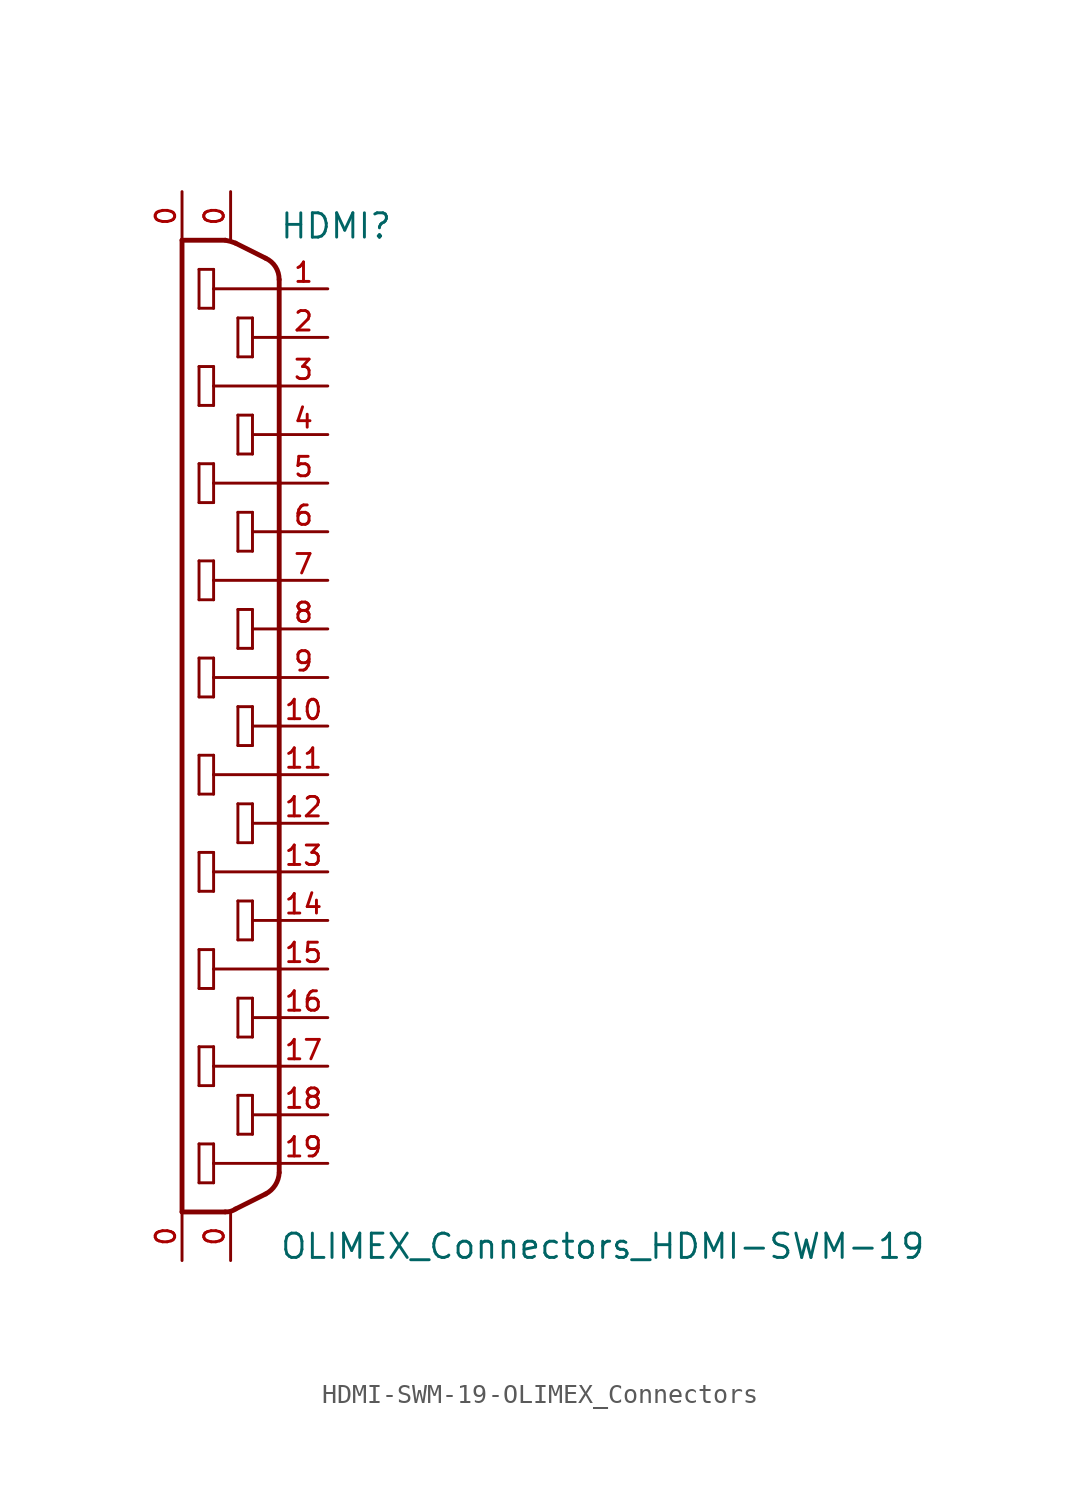
<source format=kicad_sym>
(kicad_symbol_lib
  (version 20220914)
  (generator kicad_symbol_editor)
  (symbol "HDMI-SWM-19-OLIMEX_Connectors"
    (pin_names
      (offset 1.016) hide)
    (property "Reference" "HDMI"
      (at 2.54 25.4 0)
      (effects (font (size 1.27 1.27)) (justify left bottom)))
    (property "Value" "OLIMEX_Connectors_HDMI-SWM-19"
      (at 2.54 -27.94 0)
      (effects (font (size 1.27 1.27)) (justify left bottom)))
    (property "Datasheet" ""
      (at 0 0 0)
      (effects (font (size 1.524 1.524))))
    (symbol "HDMI-SWM-19-OLIMEX_Connectors_1_0"
      (polyline (pts (xy -2.54 -25.4) (xy -0.279 -25.4)) (stroke (width 0.254) (type solid)) (fill (type none)))
      (polyline (pts (xy -2.54 25.4) (xy -2.54 -25.4)) (stroke (width 0.254) (type solid)) (fill (type none)))
      (polyline (pts (xy -1.651 -23.876) (xy -1.651 -21.844)) (stroke (width 0) (type solid)) (fill (type none)))
      (polyline (pts (xy -1.651 -21.844) (xy -0.889 -21.844)) (stroke (width 0) (type solid)) (fill (type none)))
      (polyline (pts (xy -1.651 -18.796) (xy -1.651 -16.764)) (stroke (width 0) (type solid)) (fill (type none)))
      (polyline (pts (xy -1.651 -16.764) (xy -0.889 -16.764)) (stroke (width 0) (type solid)) (fill (type none)))
      (polyline (pts (xy -1.651 -13.716) (xy -1.651 -11.684)) (stroke (width 0) (type solid)) (fill (type none)))
      (polyline (pts (xy -1.651 -11.684) (xy -0.889 -11.684)) (stroke (width 0) (type solid)) (fill (type none)))
      (polyline (pts (xy -1.651 -8.636) (xy -1.651 -6.604)) (stroke (width 0) (type solid)) (fill (type none)))
      (polyline (pts (xy -1.651 -6.604) (xy -0.889 -6.604)) (stroke (width 0) (type solid)) (fill (type none)))
      (polyline (pts (xy -1.651 -3.556) (xy -1.651 -1.524)) (stroke (width 0) (type solid)) (fill (type none)))
      (polyline (pts (xy -1.651 -1.524) (xy -0.889 -1.524)) (stroke (width 0) (type solid)) (fill (type none)))
      (polyline (pts (xy -1.651 1.524) (xy -1.651 3.556)) (stroke (width 0) (type solid)) (fill (type none)))
      (polyline (pts (xy -1.651 3.556) (xy -0.889 3.556)) (stroke (width 0) (type solid)) (fill (type none)))
      (polyline (pts (xy -1.651 6.604) (xy -1.651 8.636)) (stroke (width 0) (type solid)) (fill (type none)))
      (polyline (pts (xy -1.651 8.636) (xy -0.889 8.636)) (stroke (width 0) (type solid)) (fill (type none)))
      (polyline (pts (xy -1.651 11.684) (xy -1.651 13.716)) (stroke (width 0) (type solid)) (fill (type none)))
      (polyline (pts (xy -1.651 13.716) (xy -0.889 13.716)) (stroke (width 0) (type solid)) (fill (type none)))
      (polyline (pts (xy -1.651 16.764) (xy -1.651 18.796)) (stroke (width 0) (type solid)) (fill (type none)))
      (polyline (pts (xy -1.651 18.796) (xy -0.889 18.796)) (stroke (width 0) (type solid)) (fill (type none)))
      (polyline (pts (xy -1.651 21.844) (xy -1.651 23.876)) (stroke (width 0) (type solid)) (fill (type none)))
      (polyline (pts (xy -1.651 23.876) (xy -0.889 23.876)) (stroke (width 0) (type solid)) (fill (type none)))
      (polyline (pts (xy -0.889 -23.876) (xy -1.651 -23.876)) (stroke (width 0) (type solid)) (fill (type none)))
      (polyline (pts (xy -0.889 -22.86) (xy -0.889 -23.876)) (stroke (width 0) (type solid)) (fill (type none)))
      (polyline (pts (xy -0.889 -21.844) (xy -0.889 -22.86)) (stroke (width 0) (type solid)) (fill (type none)))
      (polyline (pts (xy -0.889 -18.796) (xy -1.651 -18.796)) (stroke (width 0) (type solid)) (fill (type none)))
      (polyline (pts (xy -0.889 -17.78) (xy -0.889 -18.796)) (stroke (width 0) (type solid)) (fill (type none)))
      (polyline (pts (xy -0.889 -16.764) (xy -0.889 -17.78)) (stroke (width 0) (type solid)) (fill (type none)))
      (polyline (pts (xy -0.889 -13.716) (xy -1.651 -13.716)) (stroke (width 0) (type solid)) (fill (type none)))
      (polyline (pts (xy -0.889 -12.7) (xy -0.889 -13.716)) (stroke (width 0) (type solid)) (fill (type none)))
      (polyline (pts (xy -0.889 -11.684) (xy -0.889 -12.7)) (stroke (width 0) (type solid)) (fill (type none)))
      (polyline (pts (xy -0.889 -8.636) (xy -1.651 -8.636)) (stroke (width 0) (type solid)) (fill (type none)))
      (polyline (pts (xy -0.889 -7.62) (xy -0.889 -8.636)) (stroke (width 0) (type solid)) (fill (type none)))
      (polyline (pts (xy -0.889 -6.604) (xy -0.889 -7.62)) (stroke (width 0) (type solid)) (fill (type none)))
      (polyline (pts (xy -0.889 -3.556) (xy -1.651 -3.556)) (stroke (width 0) (type solid)) (fill (type none)))
      (polyline (pts (xy -0.889 -2.54) (xy -0.889 -3.556)) (stroke (width 0) (type solid)) (fill (type none)))
      (polyline (pts (xy -0.889 -1.524) (xy -0.889 -2.54)) (stroke (width 0) (type solid)) (fill (type none)))
      (polyline (pts (xy -0.889 1.524) (xy -1.651 1.524)) (stroke (width 0) (type solid)) (fill (type none)))
      (polyline (pts (xy -0.889 2.54) (xy -0.889 1.524)) (stroke (width 0) (type solid)) (fill (type none)))
      (polyline (pts (xy -0.889 3.556) (xy -0.889 2.54)) (stroke (width 0) (type solid)) (fill (type none)))
      (polyline (pts (xy -0.889 6.604) (xy -1.651 6.604)) (stroke (width 0) (type solid)) (fill (type none)))
      (polyline (pts (xy -0.889 7.62) (xy -0.889 6.604)) (stroke (width 0) (type solid)) (fill (type none)))
      (polyline (pts (xy -0.889 8.636) (xy -0.889 7.62)) (stroke (width 0) (type solid)) (fill (type none)))
      (polyline (pts (xy -0.889 11.684) (xy -1.651 11.684)) (stroke (width 0) (type solid)) (fill (type none)))
      (polyline (pts (xy -0.889 12.7) (xy -0.889 11.684)) (stroke (width 0) (type solid)) (fill (type none)))
      (polyline (pts (xy -0.889 13.716) (xy -0.889 12.7)) (stroke (width 0) (type solid)) (fill (type none)))
      (polyline (pts (xy -0.889 16.764) (xy -1.651 16.764)) (stroke (width 0) (type solid)) (fill (type none)))
      (polyline (pts (xy -0.889 17.78) (xy -0.889 16.764)) (stroke (width 0) (type solid)) (fill (type none)))
      (polyline (pts (xy -0.889 18.796) (xy -0.889 17.78)) (stroke (width 0) (type solid)) (fill (type none)))
      (polyline (pts (xy -0.889 21.844) (xy -1.651 21.844)) (stroke (width 0) (type solid)) (fill (type none)))
      (polyline (pts (xy -0.889 22.86) (xy -0.889 21.844)) (stroke (width 0) (type solid)) (fill (type none)))
      (polyline (pts (xy -0.889 23.876) (xy -0.889 22.86)) (stroke (width 0) (type solid)) (fill (type none)))
      (polyline (pts (xy -0.279 25.4) (xy -2.54 25.4)) (stroke (width 0.254) (type solid)) (fill (type none)))
      (polyline (pts (xy 0.254 -25.248) (xy 1.829 -24.46)) (stroke (width 0.254) (type solid)) (fill (type none)))
      (polyline (pts (xy 0.381 -21.336) (xy 0.381 -19.304)) (stroke (width 0) (type solid)) (fill (type none)))
      (polyline (pts (xy 0.381 -19.304) (xy 1.143 -19.304)) (stroke (width 0) (type solid)) (fill (type none)))
      (polyline (pts (xy 0.381 -16.256) (xy 0.381 -14.224)) (stroke (width 0) (type solid)) (fill (type none)))
      (polyline (pts (xy 0.381 -14.224) (xy 1.143 -14.224)) (stroke (width 0) (type solid)) (fill (type none)))
      (polyline (pts (xy 0.381 -11.176) (xy 0.381 -9.144)) (stroke (width 0) (type solid)) (fill (type none)))
      (polyline (pts (xy 0.381 -9.144) (xy 1.143 -9.144)) (stroke (width 0) (type solid)) (fill (type none)))
      (polyline (pts (xy 0.381 -6.096) (xy 0.381 -4.064)) (stroke (width 0) (type solid)) (fill (type none)))
      (polyline (pts (xy 0.381 -4.064) (xy 1.143 -4.064)) (stroke (width 0) (type solid)) (fill (type none)))
      (polyline (pts (xy 0.381 -1.016) (xy 0.381 1.016)) (stroke (width 0) (type solid)) (fill (type none)))
      (polyline (pts (xy 0.381 1.016) (xy 1.143 1.016)) (stroke (width 0) (type solid)) (fill (type none)))
      (polyline (pts (xy 0.381 4.064) (xy 0.381 6.096)) (stroke (width 0) (type solid)) (fill (type none)))
      (polyline (pts (xy 0.381 6.096) (xy 1.143 6.096)) (stroke (width 0) (type solid)) (fill (type none)))
      (polyline (pts (xy 0.381 9.144) (xy 0.381 11.176)) (stroke (width 0) (type solid)) (fill (type none)))
      (polyline (pts (xy 0.381 11.176) (xy 1.143 11.176)) (stroke (width 0) (type solid)) (fill (type none)))
      (polyline (pts (xy 0.381 14.224) (xy 0.381 16.256)) (stroke (width 0) (type solid)) (fill (type none)))
      (polyline (pts (xy 0.381 16.256) (xy 1.143 16.256)) (stroke (width 0) (type solid)) (fill (type none)))
      (polyline (pts (xy 0.381 19.304) (xy 0.381 21.336)) (stroke (width 0) (type solid)) (fill (type none)))
      (polyline (pts (xy 0.381 21.336) (xy 1.143 21.336)) (stroke (width 0) (type solid)) (fill (type none)))
      (polyline (pts (xy 1.143 -21.336) (xy 0.381 -21.336)) (stroke (width 0) (type solid)) (fill (type none)))
      (polyline (pts (xy 1.143 -20.32) (xy 1.143 -21.336)) (stroke (width 0) (type solid)) (fill (type none)))
      (polyline (pts (xy 1.143 -19.304) (xy 1.143 -20.32)) (stroke (width 0) (type solid)) (fill (type none)))
      (polyline (pts (xy 1.143 -16.256) (xy 0.381 -16.256)) (stroke (width 0) (type solid)) (fill (type none)))
      (polyline (pts (xy 1.143 -15.24) (xy 1.143 -16.256)) (stroke (width 0) (type solid)) (fill (type none)))
      (polyline (pts (xy 1.143 -14.224) (xy 1.143 -15.24)) (stroke (width 0) (type solid)) (fill (type none)))
      (polyline (pts (xy 1.143 -11.176) (xy 0.381 -11.176)) (stroke (width 0) (type solid)) (fill (type none)))
      (polyline (pts (xy 1.143 -10.16) (xy 1.143 -11.176)) (stroke (width 0) (type solid)) (fill (type none)))
      (polyline (pts (xy 1.143 -9.144) (xy 1.143 -10.16)) (stroke (width 0) (type solid)) (fill (type none)))
      (polyline (pts (xy 1.143 -6.096) (xy 0.381 -6.096)) (stroke (width 0) (type solid)) (fill (type none)))
      (polyline (pts (xy 1.143 -5.08) (xy 1.143 -6.096)) (stroke (width 0) (type solid)) (fill (type none)))
      (polyline (pts (xy 1.143 -4.064) (xy 1.143 -5.08)) (stroke (width 0) (type solid)) (fill (type none)))
      (polyline (pts (xy 1.143 -1.016) (xy 0.381 -1.016)) (stroke (width 0) (type solid)) (fill (type none)))
      (polyline (pts (xy 1.143 0) (xy 1.143 -1.016)) (stroke (width 0) (type solid)) (fill (type none)))
      (polyline (pts (xy 1.143 1.016) (xy 1.143 0)) (stroke (width 0) (type solid)) (fill (type none)))
      (polyline (pts (xy 1.143 4.064) (xy 0.381 4.064)) (stroke (width 0) (type solid)) (fill (type none)))
      (polyline (pts (xy 1.143 5.08) (xy 1.143 4.064)) (stroke (width 0) (type solid)) (fill (type none)))
      (polyline (pts (xy 1.143 6.096) (xy 1.143 5.08)) (stroke (width 0) (type solid)) (fill (type none)))
      (polyline (pts (xy 1.143 9.144) (xy 0.381 9.144)) (stroke (width 0) (type solid)) (fill (type none)))
      (polyline (pts (xy 1.143 10.16) (xy 1.143 9.144)) (stroke (width 0) (type solid)) (fill (type none)))
      (polyline (pts (xy 1.143 11.176) (xy 1.143 10.16)) (stroke (width 0) (type solid)) (fill (type none)))
      (polyline (pts (xy 1.143 14.224) (xy 0.381 14.224)) (stroke (width 0) (type solid)) (fill (type none)))
      (polyline (pts (xy 1.143 15.24) (xy 1.143 14.224)) (stroke (width 0) (type solid)) (fill (type none)))
      (polyline (pts (xy 1.143 16.256) (xy 1.143 15.24)) (stroke (width 0) (type solid)) (fill (type none)))
      (polyline (pts (xy 1.143 19.304) (xy 0.381 19.304)) (stroke (width 0) (type solid)) (fill (type none)))
      (polyline (pts (xy 1.143 20.32) (xy 1.143 19.304)) (stroke (width 0) (type solid)) (fill (type none)))
      (polyline (pts (xy 1.143 21.336) (xy 1.143 20.32)) (stroke (width 0) (type solid)) (fill (type none)))
      (polyline (pts (xy 1.829 24.46) (xy 0.254 25.248)) (stroke (width 0.254) (type solid)) (fill (type none)))
      (polyline (pts (xy 2.54 -23.343) (xy 2.54 -22.86)) (stroke (width 0.254) (type solid)) (fill (type none)))
      (polyline (pts (xy 2.54 -22.86) (xy -0.889 -22.86)) (stroke (width 0) (type solid)) (fill (type none)))
      (polyline (pts (xy 2.54 -22.86) (xy 2.54 -20.32)) (stroke (width 0.254) (type solid)) (fill (type none)))
      (polyline (pts (xy 2.54 -20.32) (xy 1.143 -20.32)) (stroke (width 0) (type solid)) (fill (type none)))
      (polyline (pts (xy 2.54 -20.32) (xy 2.54 -17.78)) (stroke (width 0.254) (type solid)) (fill (type none)))
      (polyline (pts (xy 2.54 -17.78) (xy -0.889 -17.78)) (stroke (width 0) (type solid)) (fill (type none)))
      (polyline (pts (xy 2.54 -17.78) (xy 2.54 -15.24)) (stroke (width 0.254) (type solid)) (fill (type none)))
      (polyline (pts (xy 2.54 -15.24) (xy 1.143 -15.24)) (stroke (width 0) (type solid)) (fill (type none)))
      (polyline (pts (xy 2.54 -15.24) (xy 2.54 -12.7)) (stroke (width 0.254) (type solid)) (fill (type none)))
      (polyline (pts (xy 2.54 -12.7) (xy -0.889 -12.7)) (stroke (width 0) (type solid)) (fill (type none)))
      (polyline (pts (xy 2.54 -12.7) (xy 2.54 -10.16)) (stroke (width 0.254) (type solid)) (fill (type none)))
      (polyline (pts (xy 2.54 -10.16) (xy 1.143 -10.16)) (stroke (width 0) (type solid)) (fill (type none)))
      (polyline (pts (xy 2.54 -10.16) (xy 2.54 -7.62)) (stroke (width 0.254) (type solid)) (fill (type none)))
      (polyline (pts (xy 2.54 -7.62) (xy -0.889 -7.62)) (stroke (width 0) (type solid)) (fill (type none)))
      (polyline (pts (xy 2.54 -7.62) (xy 2.54 -5.08)) (stroke (width 0.254) (type solid)) (fill (type none)))
      (polyline (pts (xy 2.54 -5.08) (xy 1.143 -5.08)) (stroke (width 0) (type solid)) (fill (type none)))
      (polyline (pts (xy 2.54 -5.08) (xy 2.54 -2.54)) (stroke (width 0.254) (type solid)) (fill (type none)))
      (polyline (pts (xy 2.54 -2.54) (xy -0.889 -2.54)) (stroke (width 0) (type solid)) (fill (type none)))
      (polyline (pts (xy 2.54 -2.54) (xy 2.54 0)) (stroke (width 0.254) (type solid)) (fill (type none)))
      (polyline (pts (xy 2.54 0) (xy 1.143 0)) (stroke (width 0) (type solid)) (fill (type none)))
      (polyline (pts (xy 2.54 0) (xy 2.54 2.54)) (stroke (width 0.254) (type solid)) (fill (type none)))
      (polyline (pts (xy 2.54 2.54) (xy -0.889 2.54)) (stroke (width 0) (type solid)) (fill (type none)))
      (polyline (pts (xy 2.54 2.54) (xy 2.54 5.08)) (stroke (width 0.254) (type solid)) (fill (type none)))
      (polyline (pts (xy 2.54 5.08) (xy 1.143 5.08)) (stroke (width 0) (type solid)) (fill (type none)))
      (polyline (pts (xy 2.54 5.08) (xy 2.54 7.62)) (stroke (width 0.254) (type solid)) (fill (type none)))
      (polyline (pts (xy 2.54 7.62) (xy -0.889 7.62)) (stroke (width 0) (type solid)) (fill (type none)))
      (polyline (pts (xy 2.54 7.62) (xy 2.54 10.16)) (stroke (width 0.254) (type solid)) (fill (type none)))
      (polyline (pts (xy 2.54 10.16) (xy 1.143 10.16)) (stroke (width 0) (type solid)) (fill (type none)))
      (polyline (pts (xy 2.54 10.16) (xy 2.54 12.7)) (stroke (width 0.254) (type solid)) (fill (type none)))
      (polyline (pts (xy 2.54 12.7) (xy -0.889 12.7)) (stroke (width 0) (type solid)) (fill (type none)))
      (polyline (pts (xy 2.54 12.7) (xy 2.54 15.24)) (stroke (width 0.254) (type solid)) (fill (type none)))
      (polyline (pts (xy 2.54 15.24) (xy 1.143 15.24)) (stroke (width 0) (type solid)) (fill (type none)))
      (polyline (pts (xy 2.54 15.24) (xy 2.54 17.78)) (stroke (width 0.254) (type solid)) (fill (type none)))
      (polyline (pts (xy 2.54 17.78) (xy -0.889 17.78)) (stroke (width 0) (type solid)) (fill (type none)))
      (polyline (pts (xy 2.54 17.78) (xy 2.54 20.32)) (stroke (width 0.254) (type solid)) (fill (type none)))
      (polyline (pts (xy 2.54 20.32) (xy 1.143 20.32)) (stroke (width 0) (type solid)) (fill (type none)))
      (polyline (pts (xy 2.54 20.32) (xy 2.54 22.86)) (stroke (width 0.254) (type solid)) (fill (type none)))
      (polyline (pts (xy 2.54 22.86) (xy -0.889 22.86)) (stroke (width 0) (type solid)) (fill (type none)))
      (polyline (pts (xy 2.54 22.86) (xy 2.54 23.343)) (stroke (width 0.254) (type solid)) (fill (type none))))
    (symbol "HDMI-SWM-19-OLIMEX_Connectors_1_1"
      (arc (start -0.2794 -25.4) (mid 0.001 -25.3687) (end 0.254 -25.2476) (stroke (width 0.254) (type solid)) (fill (type none)))
      (arc (start 0.254 25.2476) (mid -0.006 25.3378) (end -0.2794 25.4) (stroke (width 0.254) (type solid)) (fill (type none)))
      (arc (start 1.8288 -24.4602) (mid 2.3329 -23.9995) (end 2.54 -23.3426) (stroke (width 0.254) (type solid)) (fill (type none)))
      (arc (start 2.54 23.3426) (mid 2.3503 24.0103) (end 1.8288 24.4602) (stroke (width 0.254) (type solid)) (fill (type none)))
      (pin input line (at 0 27.94 270) (length 2.54) (name "20" (effects (font (size 1.016 1.016)))) (number "0" (effects (font (size 1.016 1.016)))))
      (pin input line (at -2.54 27.94 270) (length 2.54) (name "21" (effects (font (size 1.016 1.016)))) (number "0" (effects (font (size 1.016 1.016)))))
      (pin input line (at 0 -27.94 90) (length 2.54) (name "22" (effects (font (size 1.016 1.016)))) (number "0" (effects (font (size 1.016 1.016)))))
      (pin input line (at -2.54 -27.94 90) (length 2.54) (name "23" (effects (font (size 1.016 1.016)))) (number "0" (effects (font (size 1.016 1.016)))))
      (pin input line (at 5.08 22.86 180) (length 2.54) (name "1" (effects (font (size 1.016 1.016)))) (number "1" (effects (font (size 1.016 1.016)))))
      (pin input line (at 5.08 0 180) (length 2.54) (name "10" (effects (font (size 1.016 1.016)))) (number "10" (effects (font (size 1.016 1.016)))))
      (pin input line (at 5.08 -2.54 180) (length 2.54) (name "11" (effects (font (size 1.016 1.016)))) (number "11" (effects (font (size 1.016 1.016)))))
      (pin input line (at 5.08 -5.08 180) (length 2.54) (name "12" (effects (font (size 1.016 1.016)))) (number "12" (effects (font (size 1.016 1.016)))))
      (pin input line (at 5.08 -7.62 180) (length 2.54) (name "13" (effects (font (size 1.016 1.016)))) (number "13" (effects (font (size 1.016 1.016)))))
      (pin input line (at 5.08 -10.16 180) (length 2.54) (name "14" (effects (font (size 1.016 1.016)))) (number "14" (effects (font (size 1.016 1.016)))))
      (pin input line (at 5.08 -12.7 180) (length 2.54) (name "15" (effects (font (size 1.016 1.016)))) (number "15" (effects (font (size 1.016 1.016)))))
      (pin input line (at 5.08 -15.24 180) (length 2.54) (name "16" (effects (font (size 1.016 1.016)))) (number "16" (effects (font (size 1.016 1.016)))))
      (pin input line (at 5.08 -17.78 180) (length 2.54) (name "17" (effects (font (size 1.016 1.016)))) (number "17" (effects (font (size 1.016 1.016)))))
      (pin input line (at 5.08 -20.32 180) (length 2.54) (name "18" (effects (font (size 1.016 1.016)))) (number "18" (effects (font (size 1.016 1.016)))))
      (pin input line (at 5.08 -22.86 180) (length 2.54) (name "19" (effects (font (size 1.016 1.016)))) (number "19" (effects (font (size 1.016 1.016)))))
      (pin input line (at 5.08 20.32 180) (length 2.54) (name "2" (effects (font (size 1.016 1.016)))) (number "2" (effects (font (size 1.016 1.016)))))
      (pin input line (at 5.08 17.78 180) (length 2.54) (name "3" (effects (font (size 1.016 1.016)))) (number "3" (effects (font (size 1.016 1.016)))))
      (pin input line (at 5.08 15.24 180) (length 2.54) (name "4" (effects (font (size 1.016 1.016)))) (number "4" (effects (font (size 1.016 1.016)))))
      (pin input line (at 5.08 12.7 180) (length 2.54) (name "5" (effects (font (size 1.016 1.016)))) (number "5" (effects (font (size 1.016 1.016)))))
      (pin input line (at 5.08 10.16 180) (length 2.54) (name "6" (effects (font (size 1.016 1.016)))) (number "6" (effects (font (size 1.016 1.016)))))
      (pin input line (at 5.08 7.62 180) (length 2.54) (name "7" (effects (font (size 1.016 1.016)))) (number "7" (effects (font (size 1.016 1.016)))))
      (pin input line (at 5.08 5.08 180) (length 2.54) (name "8" (effects (font (size 1.016 1.016)))) (number "8" (effects (font (size 1.016 1.016)))))
      (pin input line (at 5.08 2.54 180) (length 2.54) (name "9" (effects (font (size 1.016 1.016)))) (number "9" (effects (font (size 1.016 1.016))))))))
</source>
